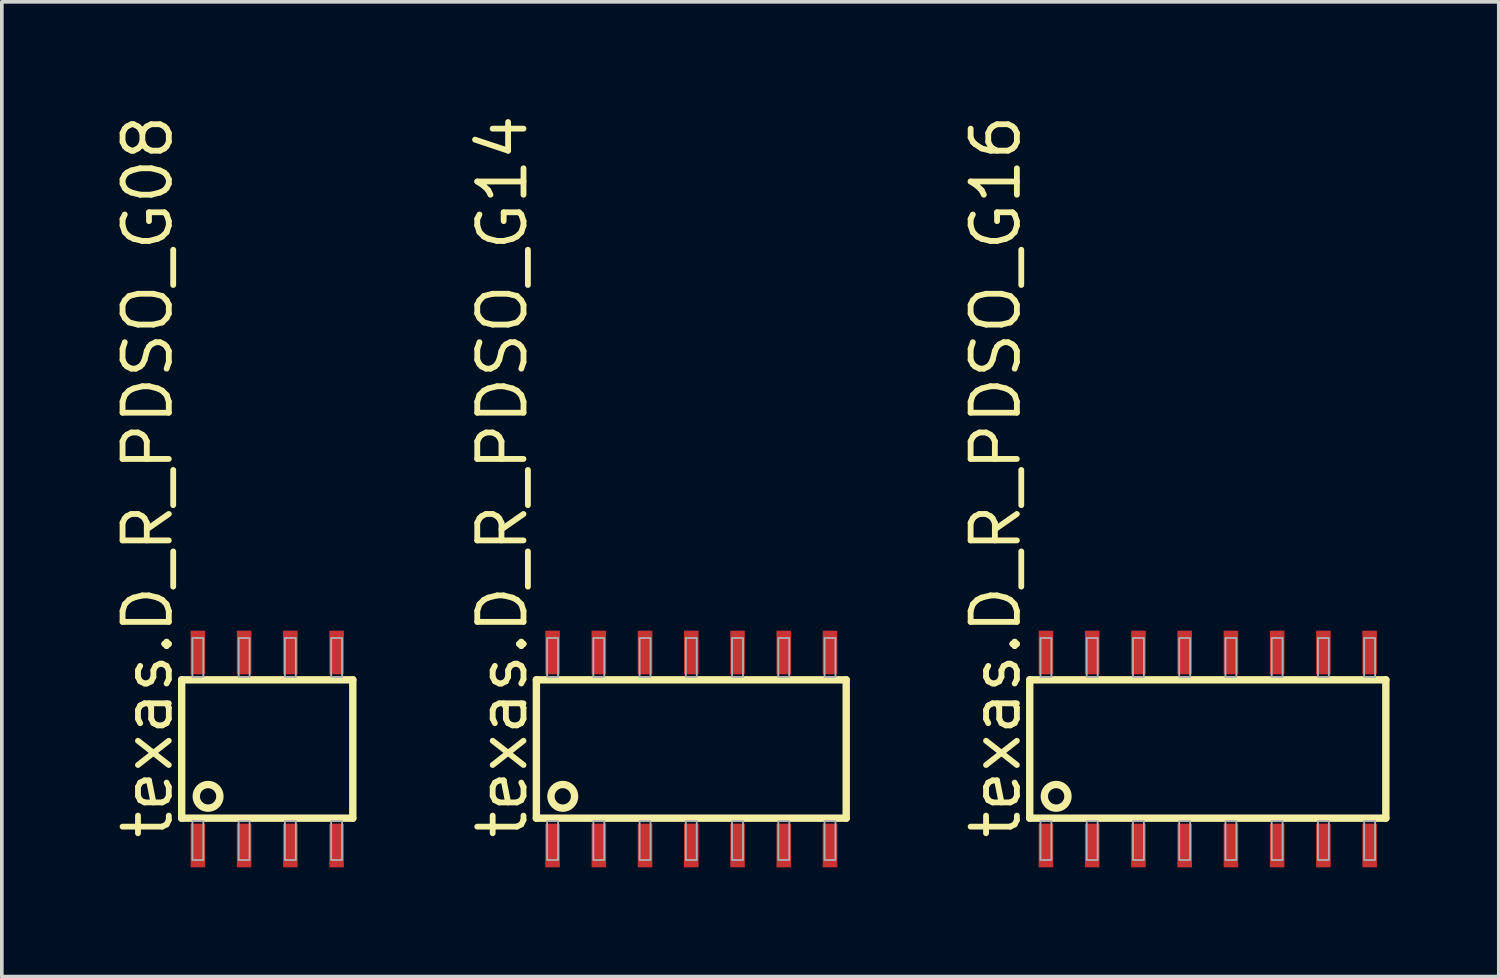
<source format=kicad_pcb>
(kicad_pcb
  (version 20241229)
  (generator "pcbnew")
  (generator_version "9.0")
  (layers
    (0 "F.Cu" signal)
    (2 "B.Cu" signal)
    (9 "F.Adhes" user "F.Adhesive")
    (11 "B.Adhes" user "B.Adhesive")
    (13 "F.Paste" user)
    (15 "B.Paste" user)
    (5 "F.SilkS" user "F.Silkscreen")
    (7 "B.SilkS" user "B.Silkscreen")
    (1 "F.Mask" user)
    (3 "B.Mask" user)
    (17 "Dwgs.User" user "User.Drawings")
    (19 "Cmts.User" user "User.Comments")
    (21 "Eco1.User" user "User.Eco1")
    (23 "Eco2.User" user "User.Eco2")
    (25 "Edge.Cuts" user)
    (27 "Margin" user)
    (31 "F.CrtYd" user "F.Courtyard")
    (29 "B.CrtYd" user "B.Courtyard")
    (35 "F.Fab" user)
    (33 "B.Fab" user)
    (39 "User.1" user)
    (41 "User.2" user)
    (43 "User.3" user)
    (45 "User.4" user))
  (footprint "texas.D_R_PDSO_G14"
    (layer "F.Cu")
    (at 15.937 17.522)
    (property "Reference" "texas.D_R_PDSO_G14" (at -4.445 2.54 90) (layer "F.SilkS") (effects (font (size 1.27 1.27) (thickness 0.16)) (justify left bottom)))
    (attr smd)
    (fp_line (start -4.255 -1.9) (end 4.255 -1.9) (stroke (width 0.203) (type default)) (layer "F.SilkS"))
    (fp_line (start -4.255 1.9) (end -4.255 -1.9) (stroke (width 0.203) (type default)) (layer "F.SilkS"))
    (fp_line (start 4.255 -1.9) (end 4.255 1.9) (stroke (width 0.203) (type default)) (layer "F.SilkS"))
    (fp_line (start 4.255 1.9) (end -4.255 1.9) (stroke (width 0.203) (type default)) (layer "F.SilkS"))
    (fp_circle (center -3.53 1.3) (end -3.205 1.3) (stroke (width 0.203) (type default)) (fill no) (layer "F.SilkS"))
    (fp_rect (start -3.96 -1.98) (end -3.66 -3.05) (stroke (width 0.05) (type default)) (fill no) (layer "F.Fab"))
    (fp_rect (start -3.96 3.05) (end -3.66 1.98) (stroke (width 0.05) (type default)) (fill no) (layer "F.Fab"))
    (fp_rect (start -2.69 -1.98) (end -2.39 -3.05) (stroke (width 0.05) (type default)) (fill no) (layer "F.Fab"))
    (fp_rect (start -2.69 3.05) (end -2.39 1.98) (stroke (width 0.05) (type default)) (fill no) (layer "F.Fab"))
    (fp_rect (start -1.42 -1.98) (end -1.12 -3.05) (stroke (width 0.05) (type default)) (fill no) (layer "F.Fab"))
    (fp_rect (start -1.42 3.05) (end -1.12 1.98) (stroke (width 0.05) (type default)) (fill no) (layer "F.Fab"))
    (fp_rect (start -0.15 -1.98) (end 0.15 -3.05) (stroke (width 0.05) (type default)) (fill no) (layer "F.Fab"))
    (fp_rect (start -0.15 3.05) (end 0.15 1.98) (stroke (width 0.05) (type default)) (fill no) (layer "F.Fab"))
    (fp_rect (start 1.12 -1.98) (end 1.42 -3.05) (stroke (width 0.05) (type default)) (fill no) (layer "F.Fab"))
    (fp_rect (start 1.12 3.05) (end 1.42 1.98) (stroke (width 0.05) (type default)) (fill no) (layer "F.Fab"))
    (fp_rect (start 2.39 -1.98) (end 2.69 -3.05) (stroke (width 0.05) (type default)) (fill no) (layer "F.Fab"))
    (fp_rect (start 2.39 3.05) (end 2.69 1.98) (stroke (width 0.05) (type default)) (fill no) (layer "F.Fab"))
    (fp_rect (start 3.66 -1.98) (end 3.96 -3.05) (stroke (width 0.05) (type default)) (fill no) (layer "F.Fab"))
    (fp_rect (start 3.66 3.05) (end 3.96 1.98) (stroke (width 0.05) (type default)) (fill no) (layer "F.Fab"))
    (pad "1" smd roundrect (at -3.81 2.65) (size 0.4 1.2) (layers "F.Cu" "F.Mask" "F.Paste") (roundrect_rratio 0.01))
    (pad "2" smd roundrect (at -2.54 2.65) (size 0.4 1.2) (layers "F.Cu" "F.Mask" "F.Paste") (roundrect_rratio 0.01))
    (pad "3" smd roundrect (at -1.27 2.65) (size 0.4 1.2) (layers "F.Cu" "F.Mask" "F.Paste") (roundrect_rratio 0.01))
    (pad "4" smd roundrect (at 0 2.65) (size 0.4 1.2) (layers "F.Cu" "F.Mask" "F.Paste") (roundrect_rratio 0.01))
    (pad "5" smd roundrect (at 1.27 2.65) (size 0.4 1.2) (layers "F.Cu" "F.Mask" "F.Paste") (roundrect_rratio 0.01))
    (pad "6" smd roundrect (at 2.54 2.65) (size 0.4 1.2) (layers "F.Cu" "F.Mask" "F.Paste") (roundrect_rratio 0.01))
    (pad "7" smd roundrect (at 3.81 2.65) (size 0.4 1.2) (layers "F.Cu" "F.Mask" "F.Paste") (roundrect_rratio 0.01))
    (pad "8" smd roundrect (at 3.81 -2.65 180) (size 0.4 1.2) (layers "F.Cu" "F.Mask" "F.Paste") (roundrect_rratio 0.01))
    (pad "9" smd roundrect (at 2.54 -2.65 180) (size 0.4 1.2) (layers "F.Cu" "F.Mask" "F.Paste") (roundrect_rratio 0.01))
    (pad "10" smd roundrect (at 1.27 -2.65 180) (size 0.4 1.2) (layers "F.Cu" "F.Mask" "F.Paste") (roundrect_rratio 0.01))
    (pad "11" smd roundrect (at 0 -2.65 180) (size 0.4 1.2) (layers "F.Cu" "F.Mask" "F.Paste") (roundrect_rratio 0.01))
    (pad "12" smd roundrect (at -1.27 -2.65 180) (size 0.4 1.2) (layers "F.Cu" "F.Mask" "F.Paste") (roundrect_rratio 0.01))
    (pad "13" smd roundrect (at -2.54 -2.65 180) (size 0.4 1.2) (layers "F.Cu" "F.Mask" "F.Paste") (roundrect_rratio 0.01))
    (pad "14" smd roundrect (at -3.81 -2.65 180) (size 0.4 1.2) (layers "F.Cu" "F.Mask" "F.Paste") (roundrect_rratio 0.01)))
  (footprint "texas.D_R_PDSO_G08"
    (layer "F.Cu")
    (at 4.29 17.522)
    (property "Reference" "texas.D_R_PDSO_G08" (at -2.54 2.54 90) (layer "F.SilkS") (effects (font (size 1.27 1.27) (thickness 0.16)) (justify left bottom)))
    (attr smd)
    (fp_line (start -2.35 -1.9) (end 2.35 -1.9) (stroke (width 0.203) (type default)) (layer "F.SilkS"))
    (fp_line (start -2.35 1.9) (end -2.35 -1.9) (stroke (width 0.203) (type default)) (layer "F.SilkS"))
    (fp_line (start 2.35 -1.9) (end 2.35 1.9) (stroke (width 0.203) (type default)) (layer "F.SilkS"))
    (fp_line (start 2.35 1.9) (end -2.35 1.9) (stroke (width 0.203) (type default)) (layer "F.SilkS"))
    (fp_circle (center -1.625 1.3) (end -1.3 1.3) (stroke (width 0.203) (type default)) (fill no) (layer "F.SilkS"))
    (fp_rect (start -2.055 -1.98) (end -1.755 -3.05) (stroke (width 0.05) (type default)) (fill no) (layer "F.Fab"))
    (fp_rect (start -2.055 3.05) (end -1.755 1.98) (stroke (width 0.05) (type default)) (fill no) (layer "F.Fab"))
    (fp_rect (start -0.785 -1.98) (end -0.485 -3.05) (stroke (width 0.05) (type default)) (fill no) (layer "F.Fab"))
    (fp_rect (start -0.785 3.05) (end -0.485 1.98) (stroke (width 0.05) (type default)) (fill no) (layer "F.Fab"))
    (fp_rect (start 0.485 -1.98) (end 0.785 -3.05) (stroke (width 0.05) (type default)) (fill no) (layer "F.Fab"))
    (fp_rect (start 0.485 3.05) (end 0.785 1.98) (stroke (width 0.05) (type default)) (fill no) (layer "F.Fab"))
    (fp_rect (start 1.755 -1.98) (end 2.055 -3.05) (stroke (width 0.05) (type default)) (fill no) (layer "F.Fab"))
    (fp_rect (start 1.755 3.05) (end 2.055 1.98) (stroke (width 0.05) (type default)) (fill no) (layer "F.Fab"))
    (pad "1" smd roundrect (at -1.905 2.65) (size 0.4 1.2) (layers "F.Cu" "F.Mask" "F.Paste") (roundrect_rratio 0.01))
    (pad "2" smd roundrect (at -0.635 2.65) (size 0.4 1.2) (layers "F.Cu" "F.Mask" "F.Paste") (roundrect_rratio 0.01))
    (pad "3" smd roundrect (at 0.635 2.65) (size 0.4 1.2) (layers "F.Cu" "F.Mask" "F.Paste") (roundrect_rratio 0.01))
    (pad "4" smd roundrect (at 1.905 2.65) (size 0.4 1.2) (layers "F.Cu" "F.Mask" "F.Paste") (roundrect_rratio 0.01))
    (pad "5" smd roundrect (at 1.905 -2.65 180) (size 0.4 1.2) (layers "F.Cu" "F.Mask" "F.Paste") (roundrect_rratio 0.01))
    (pad "6" smd roundrect (at 0.635 -2.65 180) (size 0.4 1.2) (layers "F.Cu" "F.Mask" "F.Paste") (roundrect_rratio 0.01))
    (pad "7" smd roundrect (at -0.635 -2.65 180) (size 0.4 1.2) (layers "F.Cu" "F.Mask" "F.Paste") (roundrect_rratio 0.01))
    (pad "8" smd roundrect (at -1.905 -2.65 180) (size 0.4 1.2) (layers "F.Cu" "F.Mask" "F.Paste") (roundrect_rratio 0.01)))
  (footprint "texas.D_R_PDSO_G16"
    (layer "F.Cu")
    (at 30.123 17.522)
    (property "Reference" "texas.D_R_PDSO_G16" (at -5.08 2.54 90) (layer "F.SilkS") (effects (font (size 1.27 1.27) (thickness 0.16)) (justify left bottom)))
    (attr smd)
    (fp_line (start -4.89 -1.9) (end 4.89 -1.9) (stroke (width 0.203) (type default)) (layer "F.SilkS"))
    (fp_line (start -4.89 1.9) (end -4.89 -1.9) (stroke (width 0.203) (type default)) (layer "F.SilkS"))
    (fp_line (start 4.89 -1.9) (end 4.89 1.9) (stroke (width 0.203) (type default)) (layer "F.SilkS"))
    (fp_line (start 4.89 1.9) (end -4.89 1.9) (stroke (width 0.203) (type default)) (layer "F.SilkS"))
    (fp_circle (center -4.165 1.3) (end -3.84 1.3) (stroke (width 0.203) (type default)) (fill no) (layer "F.SilkS"))
    (fp_rect (start -4.595 -1.98) (end -4.295 -3.05) (stroke (width 0.05) (type default)) (fill no) (layer "F.Fab"))
    (fp_rect (start -4.595 3.05) (end -4.295 1.98) (stroke (width 0.05) (type default)) (fill no) (layer "F.Fab"))
    (fp_rect (start -3.325 -1.98) (end -3.025 -3.05) (stroke (width 0.05) (type default)) (fill no) (layer "F.Fab"))
    (fp_rect (start -3.325 3.05) (end -3.025 1.98) (stroke (width 0.05) (type default)) (fill no) (layer "F.Fab"))
    (fp_rect (start -2.055 -1.98) (end -1.755 -3.05) (stroke (width 0.05) (type default)) (fill no) (layer "F.Fab"))
    (fp_rect (start -2.055 3.05) (end -1.755 1.98) (stroke (width 0.05) (type default)) (fill no) (layer "F.Fab"))
    (fp_rect (start -0.785 -1.98) (end -0.485 -3.05) (stroke (width 0.05) (type default)) (fill no) (layer "F.Fab"))
    (fp_rect (start -0.785 3.05) (end -0.485 1.98) (stroke (width 0.05) (type default)) (fill no) (layer "F.Fab"))
    (fp_rect (start 0.485 -1.98) (end 0.785 -3.05) (stroke (width 0.05) (type default)) (fill no) (layer "F.Fab"))
    (fp_rect (start 0.485 3.05) (end 0.785 1.98) (stroke (width 0.05) (type default)) (fill no) (layer "F.Fab"))
    (fp_rect (start 1.755 -1.98) (end 2.055 -3.05) (stroke (width 0.05) (type default)) (fill no) (layer "F.Fab"))
    (fp_rect (start 1.755 3.05) (end 2.055 1.98) (stroke (width 0.05) (type default)) (fill no) (layer "F.Fab"))
    (fp_rect (start 3.025 -1.98) (end 3.325 -3.05) (stroke (width 0.05) (type default)) (fill no) (layer "F.Fab"))
    (fp_rect (start 3.025 3.05) (end 3.325 1.98) (stroke (width 0.05) (type default)) (fill no) (layer "F.Fab"))
    (fp_rect (start 4.295 -1.98) (end 4.595 -3.05) (stroke (width 0.05) (type default)) (fill no) (layer "F.Fab"))
    (fp_rect (start 4.295 3.05) (end 4.595 1.98) (stroke (width 0.05) (type default)) (fill no) (layer "F.Fab"))
    (pad "1" smd roundrect (at -4.445 2.65) (size 0.4 1.2) (layers "F.Cu" "F.Mask" "F.Paste") (roundrect_rratio 0.01))
    (pad "2" smd roundrect (at -3.175 2.65) (size 0.4 1.2) (layers "F.Cu" "F.Mask" "F.Paste") (roundrect_rratio 0.01))
    (pad "3" smd roundrect (at -1.905 2.65) (size 0.4 1.2) (layers "F.Cu" "F.Mask" "F.Paste") (roundrect_rratio 0.01))
    (pad "4" smd roundrect (at -0.635 2.65) (size 0.4 1.2) (layers "F.Cu" "F.Mask" "F.Paste") (roundrect_rratio 0.01))
    (pad "5" smd roundrect (at 0.635 2.65) (size 0.4 1.2) (layers "F.Cu" "F.Mask" "F.Paste") (roundrect_rratio 0.01))
    (pad "6" smd roundrect (at 1.905 2.65) (size 0.4 1.2) (layers "F.Cu" "F.Mask" "F.Paste") (roundrect_rratio 0.01))
    (pad "7" smd roundrect (at 3.175 2.65) (size 0.4 1.2) (layers "F.Cu" "F.Mask" "F.Paste") (roundrect_rratio 0.01))
    (pad "8" smd roundrect (at 4.445 2.65) (size 0.4 1.2) (layers "F.Cu" "F.Mask" "F.Paste") (roundrect_rratio 0.01))
    (pad "9" smd roundrect (at 4.445 -2.65 180) (size 0.4 1.2) (layers "F.Cu" "F.Mask" "F.Paste") (roundrect_rratio 0.01))
    (pad "10" smd roundrect (at 3.175 -2.65 180) (size 0.4 1.2) (layers "F.Cu" "F.Mask" "F.Paste") (roundrect_rratio 0.01))
    (pad "11" smd roundrect (at 1.905 -2.65 180) (size 0.4 1.2) (layers "F.Cu" "F.Mask" "F.Paste") (roundrect_rratio 0.01))
    (pad "12" smd roundrect (at 0.635 -2.65 180) (size 0.4 1.2) (layers "F.Cu" "F.Mask" "F.Paste") (roundrect_rratio 0.01))
    (pad "13" smd roundrect (at -0.635 -2.65 180) (size 0.4 1.2) (layers "F.Cu" "F.Mask" "F.Paste") (roundrect_rratio 0.01))
    (pad "14" smd roundrect (at -1.905 -2.65 180) (size 0.4 1.2) (layers "F.Cu" "F.Mask" "F.Paste") (roundrect_rratio 0.01))
    (pad "15" smd roundrect (at -3.175 -2.65 180) (size 0.4 1.2) (layers "F.Cu" "F.Mask" "F.Paste") (roundrect_rratio 0.01))
    (pad "16" smd roundrect (at -4.445 -2.65 180) (size 0.4 1.2) (layers "F.Cu" "F.Mask" "F.Paste") (roundrect_rratio 0.01)))
  (gr_rect
    (start -3 -3)
    (end 38.115 23.772)
    (stroke (width 0.1) (type default))
    (fill no)
    (layer "Edge.Cuts")))
</source>
